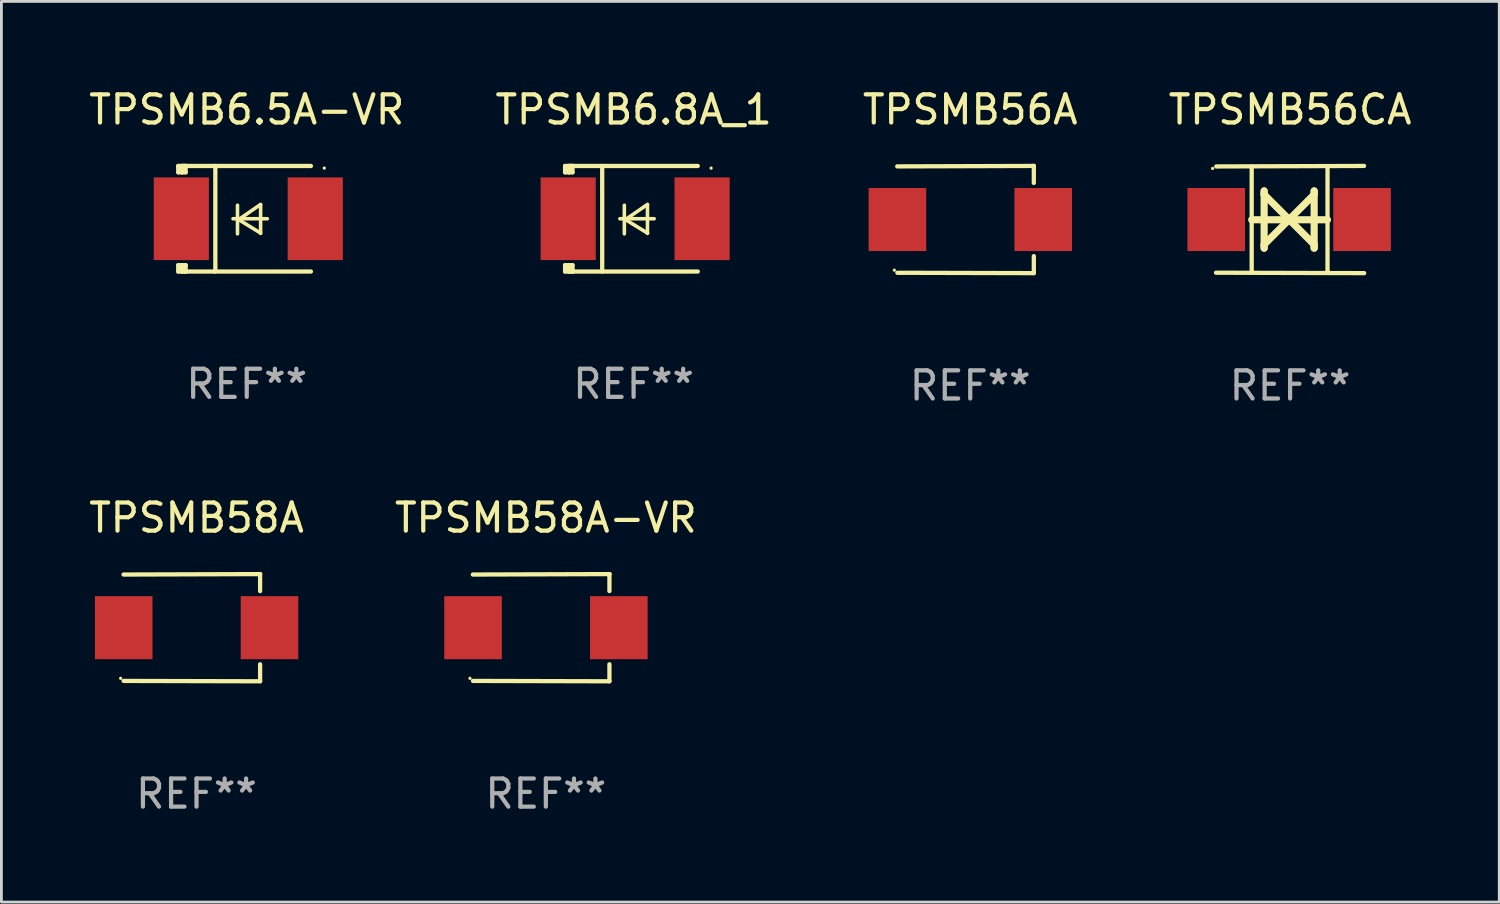
<source format=kicad_pcb>
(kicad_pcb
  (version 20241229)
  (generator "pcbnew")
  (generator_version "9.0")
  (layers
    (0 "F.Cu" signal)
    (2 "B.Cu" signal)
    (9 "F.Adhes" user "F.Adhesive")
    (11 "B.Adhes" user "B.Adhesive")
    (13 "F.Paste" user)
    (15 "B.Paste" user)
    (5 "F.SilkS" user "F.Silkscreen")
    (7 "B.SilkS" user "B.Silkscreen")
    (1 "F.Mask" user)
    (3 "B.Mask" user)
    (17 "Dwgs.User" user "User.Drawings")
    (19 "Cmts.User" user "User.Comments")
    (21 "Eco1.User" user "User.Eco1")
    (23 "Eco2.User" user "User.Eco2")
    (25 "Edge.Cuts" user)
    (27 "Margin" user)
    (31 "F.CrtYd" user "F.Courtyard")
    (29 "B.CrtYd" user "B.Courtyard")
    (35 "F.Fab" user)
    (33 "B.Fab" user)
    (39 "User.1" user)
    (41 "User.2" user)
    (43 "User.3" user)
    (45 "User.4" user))
  (footprint "TPSMB58A-VR"
    (layer "F.Cu")
    (at 16.351 19.26)
    (property "Reference" "TPSMB58A-VR" (at 0 -3.905 0) (layer "F.SilkS") (effects (font (size 1 1) (thickness 0.15))))
    (attr through_hole)
    (fp_line (start 2.256 -1.905) (end -2.594 -1.889) (stroke (width 0.152) (type solid)) (layer "F.SilkS"))
    (fp_line (start 2.256 -1.905) (end 2.26 -1.905) (stroke (width 0.152) (type solid)) (layer "F.SilkS"))
    (fp_line (start 2.26 -1.905) (end 2.26 -1.301) (stroke (width 0.152) (type solid)) (layer "F.SilkS"))
    (fp_line (start 2.26 1.301) (end 2.26 1.905) (stroke (width 0.152) (type solid)) (layer "F.SilkS"))
    (fp_line (start 2.26 1.905) (end -2.59 1.892) (stroke (width 0.152) (type solid)) (layer "F.SilkS"))
    (fp_circle (center -2.697 1.8) (end -2.667 1.8) (stroke (width 0.06) (type solid)) (fill no) (layer "F.SilkS"))
    (fp_text user "REF**" (at 0 5.905 0) (layer "F.Fab") (effects (font (size 1 1) (thickness 0.15))))
    (pad "1" smd rect (at -2.588 0) (size 2.047 2.241) (layers "F.Cu" "F.Mask" "F.Paste"))
    (pad "2" smd rect (at 2.594 0) (size 2.047 2.241) (layers "F.Cu" "F.Mask" "F.Paste")))
  (footprint "TPSMB6.5A-VR"
    (layer "F.Cu")
    (at 5.72 4.725)
    (property "Reference" "TPSMB6.5A-VR" (at 0 -3.876 0) (layer "F.SilkS") (effects (font (size 1 1) (thickness 0.15))))
    (attr through_hole)
    (fp_line (start -2.435 1.65) (end -2.171 1.65) (stroke (width 0.152) (type solid)) (layer "F.SilkS"))
    (fp_line (start -2.435 1.876) (end -2.435 1.65) (stroke (width 0.152) (type solid)) (layer "F.SilkS"))
    (fp_line (start -2.435 -1.876) (end -2.171 -1.876) (stroke (width 0.152) (type solid)) (layer "F.SilkS"))
    (fp_line (start -2.435 -1.65) (end -2.435 -1.876) (stroke (width 0.152) (type solid)) (layer "F.SilkS"))
    (fp_line (start -2.305 -1.866) (end -2.295 -1.876) (stroke (width 0.152) (type solid)) (layer "F.SilkS"))
    (fp_line (start -2.305 -1.65) (end -2.305 -1.866) (stroke (width 0.152) (type solid)) (layer "F.SilkS"))
    (fp_line (start -2.305 1.876) (end -2.305 1.65) (stroke (width 0.152) (type solid)) (layer "F.SilkS"))
    (fp_line (start -2.295 -1.876) (end -2.295 -1.65) (stroke (width 0.152) (type solid)) (layer "F.SilkS"))
    (fp_line (start -2.171 1.876) (end -2.435 1.876) (stroke (width 0.152) (type solid)) (layer "F.SilkS"))
    (fp_line (start -2.171 -1.65) (end -2.435 -1.65) (stroke (width 0.152) (type solid)) (layer "F.SilkS"))
    (fp_line (start -2.171 -1.876) (end -2.295 -1.876) (stroke (width 0.152) (type solid)) (layer "F.SilkS"))
    (fp_line (start -2.171 -1.65) (end -2.171 -1.876) (stroke (width 0.152) (type solid)) (layer "F.SilkS"))
    (fp_line (start -2.171 1.876) (end -2.305 1.876) (stroke (width 0.152) (type solid)) (layer "F.SilkS"))
    (fp_line (start -2.171 1.876) (end -2.171 1.65) (stroke (width 0.152) (type solid)) (layer "F.SilkS"))
    (fp_line (start -1.116 1.876) (end -1.116 -1.876) (stroke (width 0.152) (type solid)) (layer "F.SilkS"))
    (fp_line (start -0.488 0.000102) (end 0.731 0.000102) (stroke (width 0.127) (type solid)) (layer "F.SilkS"))
    (fp_line (start -0.329 -0.48) (end -0.329 0.536) (stroke (width 0.127) (type solid)) (layer "F.SilkS"))
    (fp_line (start -0.29 0.03) (end 0.493 0.51) (stroke (width 0.127) (type solid)) (layer "F.SilkS"))
    (fp_line (start 0.493 -0.51) (end -0.29 0.03) (stroke (width 0.127) (type solid)) (layer "F.SilkS"))
    (fp_line (start 0.493 0.52) (end 0.493 -0.496) (stroke (width 0.127) (type solid)) (layer "F.SilkS"))
    (fp_line (start 2.281 -1.876) (end -2.171 -1.876) (stroke (width 0.152) (type solid)) (layer "F.SilkS"))
    (fp_line (start 2.281 1.876) (end -2.171 1.876) (stroke (width 0.152) (type solid)) (layer "F.SilkS"))
    (fp_circle (center 2.755 -1.8) (end 2.785 -1.8) (stroke (width 0.06) (type solid)) (fill no) (layer "F.SilkS"))
    (fp_text user "REF**" (at 0 5.876 0) (layer "F.Fab") (effects (font (size 1 1) (thickness 0.15))))
    (pad "1" smd rect (at 2.435 -0.000025 180) (size 1.96 2.94) (layers "F.Cu" "F.Mask" "F.Paste"))
    (pad "2" smd rect (at -2.325 -0.000025 180) (size 1.96 2.94) (layers "F.Cu" "F.Mask" "F.Paste")))
  (footprint "TPSMB56CA"
    (layer "F.Cu")
    (at 42.804 4.753)
    (property "Reference" "TPSMB56CA" (at 0 -3.905 0) (layer "F.SilkS") (effects (font (size 1 1) (thickness 0.15))))
    (attr through_hole)
    (fp_line (start -1.365 1.886) (end -1.365 -1.886) (stroke (width 0.152) (type solid)) (layer "F.SilkS"))
    (fp_line (start -1.365 0.008) (end 1.33 0.008) (stroke (width 0.254) (type solid)) (layer "F.SilkS"))
    (fp_line (start -0.923 -1.016) (end -0.923 1.016) (stroke (width 0.254) (type solid)) (layer "F.SilkS"))
    (fp_line (start -0.923 -0.889) (end -0.923 -1.016) (stroke (width 0.254) (type solid)) (layer "F.SilkS"))
    (fp_line (start -0.923 0.889) (end -0.034 0) (stroke (width 0.254) (type solid)) (layer "F.SilkS"))
    (fp_line (start -0.923 1.016) (end -0.923 0.889) (stroke (width 0.254) (type solid)) (layer "F.SilkS"))
    (fp_line (start -0.034 0) (end -0.923 -0.889) (stroke (width 0.254) (type solid)) (layer "F.SilkS"))
    (fp_line (start -0.034 0) (end 0.855 0.889) (stroke (width 0.254) (type solid)) (layer "F.SilkS"))
    (fp_line (start 0.855 -1.016) (end 0.855 -0.889) (stroke (width 0.254) (type solid)) (layer "F.SilkS"))
    (fp_line (start 0.855 -0.889) (end -0.034 0) (stroke (width 0.254) (type solid)) (layer "F.SilkS"))
    (fp_line (start 0.855 0.889) (end 0.855 1.016) (stroke (width 0.254) (type solid)) (layer "F.SilkS"))
    (fp_line (start 0.855 1.016) (end 0.855 -1.016) (stroke (width 0.254) (type solid)) (layer "F.SilkS"))
    (fp_line (start 1.33 1.886) (end 1.33 -1.886) (stroke (width 0.152) (type solid)) (layer "F.SilkS"))
    (fp_line (start 2.629 -1.905) (end -2.625 -1.887) (stroke (width 0.152) (type solid)) (layer "F.SilkS"))
    (fp_line (start 2.633 1.905) (end -2.633 1.89) (stroke (width 0.152) (type solid)) (layer "F.SilkS"))
    (fp_circle (center -2.753 -1.816) (end -2.723 -1.816) (stroke (width 0.06) (type solid)) (fill no) (layer "F.SilkS"))
    (fp_text user "REF**" (at 0 5.905 0) (layer "F.Fab") (effects (font (size 1 1) (thickness 0.15))))
    (pad "1" smd rect (at -2.625 0) (size 2.047 2.241) (layers "F.Cu" "F.Mask" "F.Paste"))
    (pad "2" smd rect (at 2.557 0) (size 2.047 2.241) (layers "F.Cu" "F.Mask" "F.Paste")))
  (footprint "TPSMB6.8A_1"
    (layer "F.Cu")
    (at 19.47 4.725)
    (property "Reference" "TPSMB6.8A_1" (at 0 -3.876 0) (layer "F.SilkS") (effects (font (size 1 1) (thickness 0.15))))
    (attr through_hole)
    (fp_line (start -2.435 1.65) (end -2.171 1.65) (stroke (width 0.152) (type solid)) (layer "F.SilkS"))
    (fp_line (start -2.435 1.876) (end -2.435 1.65) (stroke (width 0.152) (type solid)) (layer "F.SilkS"))
    (fp_line (start -2.435 -1.876) (end -2.171 -1.876) (stroke (width 0.152) (type solid)) (layer "F.SilkS"))
    (fp_line (start -2.435 -1.65) (end -2.435 -1.876) (stroke (width 0.152) (type solid)) (layer "F.SilkS"))
    (fp_line (start -2.305 -1.866) (end -2.295 -1.876) (stroke (width 0.152) (type solid)) (layer "F.SilkS"))
    (fp_line (start -2.305 -1.65) (end -2.305 -1.866) (stroke (width 0.152) (type solid)) (layer "F.SilkS"))
    (fp_line (start -2.305 1.876) (end -2.305 1.65) (stroke (width 0.152) (type solid)) (layer "F.SilkS"))
    (fp_line (start -2.295 -1.876) (end -2.295 -1.65) (stroke (width 0.152) (type solid)) (layer "F.SilkS"))
    (fp_line (start -2.171 1.876) (end -2.435 1.876) (stroke (width 0.152) (type solid)) (layer "F.SilkS"))
    (fp_line (start -2.171 -1.65) (end -2.435 -1.65) (stroke (width 0.152) (type solid)) (layer "F.SilkS"))
    (fp_line (start -2.171 -1.876) (end -2.295 -1.876) (stroke (width 0.152) (type solid)) (layer "F.SilkS"))
    (fp_line (start -2.171 -1.65) (end -2.171 -1.876) (stroke (width 0.152) (type solid)) (layer "F.SilkS"))
    (fp_line (start -2.171 1.876) (end -2.305 1.876) (stroke (width 0.152) (type solid)) (layer "F.SilkS"))
    (fp_line (start -2.171 1.876) (end -2.171 1.65) (stroke (width 0.152) (type solid)) (layer "F.SilkS"))
    (fp_line (start -1.116 1.876) (end -1.116 -1.876) (stroke (width 0.152) (type solid)) (layer "F.SilkS"))
    (fp_line (start -0.488 0.000102) (end 0.731 0.000102) (stroke (width 0.127) (type solid)) (layer "F.SilkS"))
    (fp_line (start -0.329 -0.48) (end -0.329 0.536) (stroke (width 0.127) (type solid)) (layer "F.SilkS"))
    (fp_line (start -0.29 0.03) (end 0.493 0.51) (stroke (width 0.127) (type solid)) (layer "F.SilkS"))
    (fp_line (start 0.493 -0.51) (end -0.29 0.03) (stroke (width 0.127) (type solid)) (layer "F.SilkS"))
    (fp_line (start 0.493 0.52) (end 0.493 -0.496) (stroke (width 0.127) (type solid)) (layer "F.SilkS"))
    (fp_line (start 2.281 -1.876) (end -2.171 -1.876) (stroke (width 0.152) (type solid)) (layer "F.SilkS"))
    (fp_line (start 2.281 1.876) (end -2.171 1.876) (stroke (width 0.152) (type solid)) (layer "F.SilkS"))
    (fp_circle (center 2.755 -1.8) (end 2.785 -1.8) (stroke (width 0.06) (type solid)) (fill no) (layer "F.SilkS"))
    (fp_text user "REF**" (at 0 5.876 0) (layer "F.Fab") (effects (font (size 1 1) (thickness 0.15))))
    (pad "1" smd rect (at 2.435 -0.000025 180) (size 1.96 2.94) (layers "F.Cu" "F.Mask" "F.Paste"))
    (pad "2" smd rect (at -2.325 -0.000025 180) (size 1.96 2.94) (layers "F.Cu" "F.Mask" "F.Paste")))
  (footprint "TPSMB58A"
    (layer "F.Cu")
    (at 3.935 19.26)
    (property "Reference" "TPSMB58A" (at 0 -3.905 0) (layer "F.SilkS") (effects (font (size 1 1) (thickness 0.15))))
    (attr through_hole)
    (fp_line (start 2.256 -1.905) (end -2.594 -1.889) (stroke (width 0.152) (type solid)) (layer "F.SilkS"))
    (fp_line (start 2.256 -1.905) (end 2.26 -1.905) (stroke (width 0.152) (type solid)) (layer "F.SilkS"))
    (fp_line (start 2.26 -1.905) (end 2.26 -1.301) (stroke (width 0.152) (type solid)) (layer "F.SilkS"))
    (fp_line (start 2.26 1.301) (end 2.26 1.905) (stroke (width 0.152) (type solid)) (layer "F.SilkS"))
    (fp_line (start 2.26 1.905) (end -2.59 1.892) (stroke (width 0.152) (type solid)) (layer "F.SilkS"))
    (fp_circle (center -2.697 1.8) (end -2.667 1.8) (stroke (width 0.06) (type solid)) (fill no) (layer "F.SilkS"))
    (fp_text user "REF**" (at 0 5.905 0) (layer "F.Fab") (effects (font (size 1 1) (thickness 0.15))))
    (pad "1" smd rect (at -2.588 0) (size 2.047 2.241) (layers "F.Cu" "F.Mask" "F.Paste"))
    (pad "2" smd rect (at 2.594 0) (size 2.047 2.241) (layers "F.Cu" "F.Mask" "F.Paste")))
  (footprint "TPSMB56A"
    (layer "F.Cu")
    (at 31.435 4.753)
    (property "Reference" "TPSMB56A" (at 0 -3.905 0) (layer "F.SilkS") (effects (font (size 1 1) (thickness 0.15))))
    (attr through_hole)
    (fp_line (start 2.256 -1.905) (end -2.594 -1.889) (stroke (width 0.152) (type solid)) (layer "F.SilkS"))
    (fp_line (start 2.256 -1.905) (end 2.26 -1.905) (stroke (width 0.152) (type solid)) (layer "F.SilkS"))
    (fp_line (start 2.26 -1.905) (end 2.26 -1.301) (stroke (width 0.152) (type solid)) (layer "F.SilkS"))
    (fp_line (start 2.26 1.301) (end 2.26 1.905) (stroke (width 0.152) (type solid)) (layer "F.SilkS"))
    (fp_line (start 2.26 1.905) (end -2.59 1.892) (stroke (width 0.152) (type solid)) (layer "F.SilkS"))
    (fp_circle (center -2.697 1.8) (end -2.667 1.8) (stroke (width 0.06) (type solid)) (fill no) (layer "F.SilkS"))
    (fp_text user "REF**" (at 0 5.905 0) (layer "F.Fab") (effects (font (size 1 1) (thickness 0.15))))
    (pad "1" smd rect (at -2.588 0) (size 2.047 2.241) (layers "F.Cu" "F.Mask" "F.Paste"))
    (pad "2" smd rect (at 2.594 0) (size 2.047 2.241) (layers "F.Cu" "F.Mask" "F.Paste")))
  (gr_rect
    (start -3 -3)
    (end 50.238 29.013)
    (stroke (width 0.1) (type default))
    (fill no)
    (layer "Edge.Cuts")))
</source>
